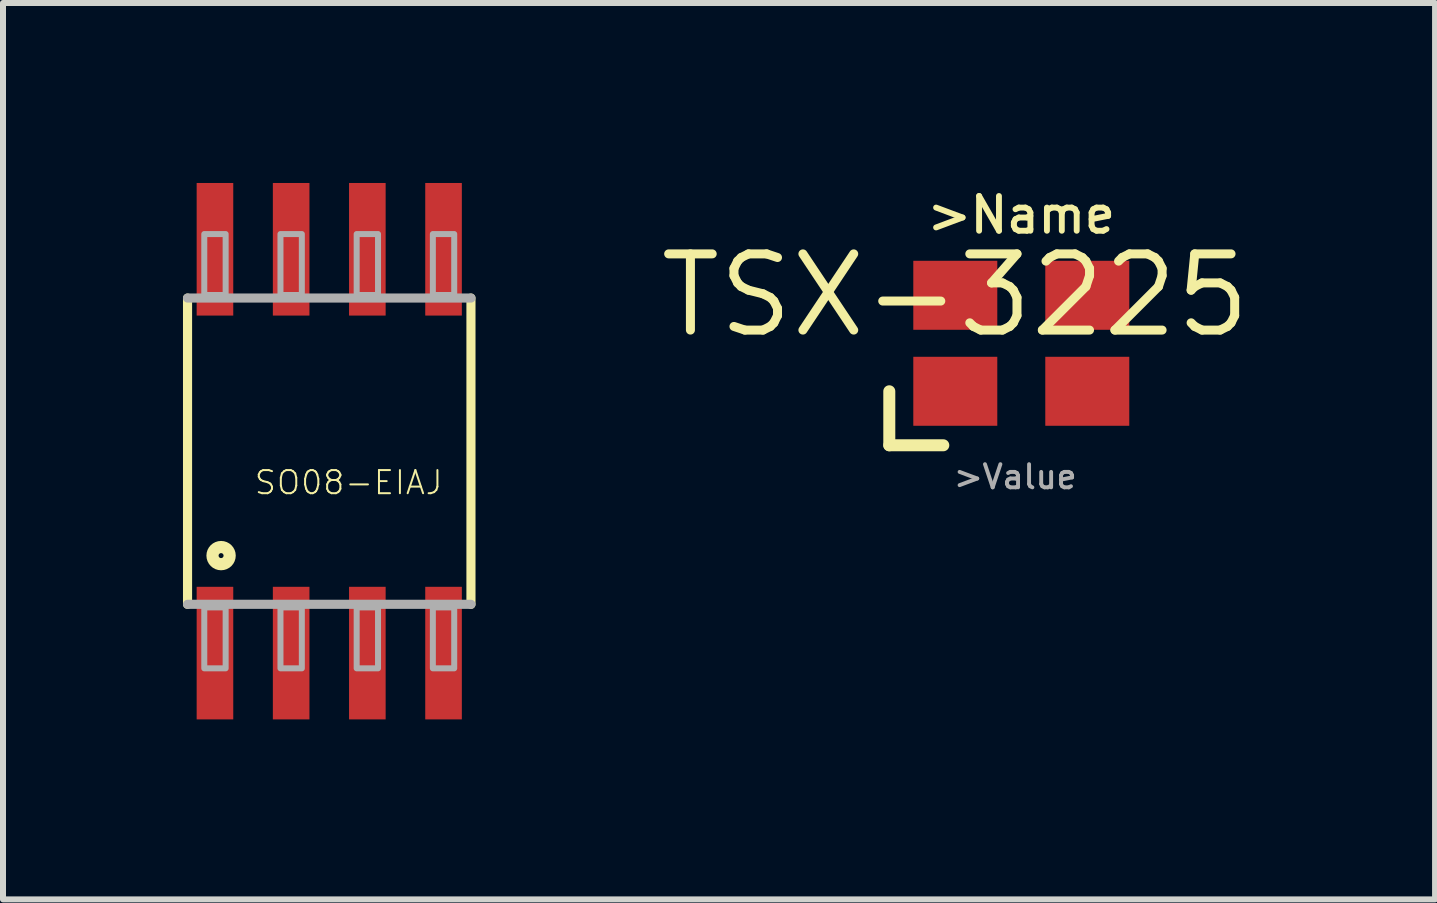
<source format=kicad_pcb>
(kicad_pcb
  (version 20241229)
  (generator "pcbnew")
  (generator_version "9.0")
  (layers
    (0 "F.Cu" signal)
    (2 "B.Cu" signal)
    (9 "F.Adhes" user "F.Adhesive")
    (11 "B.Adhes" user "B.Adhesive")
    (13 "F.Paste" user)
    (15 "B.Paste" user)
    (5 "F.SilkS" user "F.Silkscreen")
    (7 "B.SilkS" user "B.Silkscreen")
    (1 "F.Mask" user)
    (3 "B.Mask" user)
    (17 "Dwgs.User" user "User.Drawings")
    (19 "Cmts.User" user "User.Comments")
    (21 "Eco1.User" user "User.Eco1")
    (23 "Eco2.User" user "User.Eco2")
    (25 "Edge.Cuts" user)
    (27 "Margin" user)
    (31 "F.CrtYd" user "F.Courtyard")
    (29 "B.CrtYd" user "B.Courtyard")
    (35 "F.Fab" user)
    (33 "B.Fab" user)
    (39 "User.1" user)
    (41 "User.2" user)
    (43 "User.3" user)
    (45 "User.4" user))
  (footprint "SO08-EIAJ"
    (layer "F.Cu")
    (at 2.438 4.458)
    (property "Reference" "SO08-EIAJ" (at -1.27 0.762 0) (layer "F.SilkS") (effects (font (size 0.386 0.386) (thickness 0.033)) (justify left bottom)))
    (attr through_hole)
    (fp_line (start -2.362 -2.54) (end -2.362 2.565) (stroke (width 0.152) (type solid)) (layer "F.SilkS"))
    (fp_line (start 2.362 2.565) (end 2.362 -2.54) (stroke (width 0.152) (type solid)) (layer "F.SilkS"))
    (fp_circle (center -1.803 1.753) (end -1.66 1.753) (stroke (width 0.203) (type solid)) (fill no) (layer "F.SilkS"))
    (fp_line (start -2.362 2.565) (end 2.362 2.565) (stroke (width 0.152) (type solid)) (layer "F.Fab"))
    (fp_line (start 2.362 -2.54) (end -2.362 -2.54) (stroke (width 0.152) (type solid)) (layer "F.Fab"))
    (fp_poly (pts (xy -2.083 -2.591) (xy -1.727 -2.591) (xy -1.727 -3.607) (xy -2.083 -3.607)) (stroke (width 0.1) (type solid)) (fill no) (layer "F.Fab"))
    (fp_poly (pts (xy -2.083 3.632) (xy -1.727 3.632) (xy -1.727 2.616) (xy -2.083 2.616)) (stroke (width 0.1) (type solid)) (fill no) (layer "F.Fab"))
    (fp_poly (pts (xy -0.813 -2.591) (xy -0.457 -2.591) (xy -0.457 -3.607) (xy -0.813 -3.607)) (stroke (width 0.1) (type solid)) (fill no) (layer "F.Fab"))
    (fp_poly (pts (xy -0.813 3.632) (xy -0.457 3.632) (xy -0.457 2.616) (xy -0.813 2.616)) (stroke (width 0.1) (type solid)) (fill no) (layer "F.Fab"))
    (fp_poly (pts (xy 0.457 -2.591) (xy 0.813 -2.591) (xy 0.813 -3.607) (xy 0.457 -3.607)) (stroke (width 0.1) (type solid)) (fill no) (layer "F.Fab"))
    (fp_poly (pts (xy 0.457 3.632) (xy 0.813 3.632) (xy 0.813 2.616) (xy 0.457 2.616)) (stroke (width 0.1) (type solid)) (fill no) (layer "F.Fab"))
    (fp_poly (pts (xy 1.727 -2.591) (xy 2.083 -2.591) (xy 2.083 -3.607) (xy 1.727 -3.607)) (stroke (width 0.1) (type solid)) (fill no) (layer "F.Fab"))
    (fp_poly (pts (xy 1.727 3.632) (xy 2.083 3.632) (xy 2.083 2.616) (xy 1.727 2.616)) (stroke (width 0.1) (type solid)) (fill no) (layer "F.Fab"))
    (pad "1" smd rect (at -1.905 3.378) (size 0.61 2.21) (layers "F.Cu" "F.Mask" "F.Paste"))
    (pad "2" smd rect (at -0.635 3.378) (size 0.61 2.21) (layers "F.Cu" "F.Mask" "F.Paste"))
    (pad "3" smd rect (at 0.635 3.378) (size 0.61 2.21) (layers "F.Cu" "F.Mask" "F.Paste"))
    (pad "4" smd rect (at 1.905 3.378) (size 0.61 2.21) (layers "F.Cu" "F.Mask" "F.Paste"))
    (pad "5" smd rect (at 1.905 -3.353) (size 0.61 2.21) (layers "F.Cu" "F.Mask" "F.Paste"))
    (pad "6" smd rect (at 0.635 -3.353) (size 0.61 2.21) (layers "F.Cu" "F.Mask" "F.Paste"))
    (pad "7" smd rect (at -0.635 -3.353) (size 0.61 2.21) (layers "F.Cu" "F.Mask" "F.Paste"))
    (pad "8" smd rect (at -1.905 -3.353) (size 0.61 2.21) (layers "F.Cu" "F.Mask" "F.Paste")))
  (footprint "TSX-3225"
    (layer "F.Cu")
    (at 12.873 1.872)
    (property "Reference" "TSX-3225" (at 0 0 0) (layer "F.SilkS") (effects (font (size 1.27 1.27) (thickness 0.15))))
    (attr through_hole)
    (fp_line (start -1.1 1.6) (end -1.1 2.5) (stroke (width 0.2) (type solid)) (layer "F.SilkS"))
    (fp_line (start -1.1 2.5) (end -0.2 2.5) (stroke (width 0.2) (type solid)) (layer "F.SilkS"))
    (fp_text user ">Name" (at 1.1 -1 0) (layer "F.SilkS") (effects (font (size 0.579 0.579) (thickness 0.098)) (justify bottom)))
    (fp_text user ">Value" (at 1 2.8 0) (layer "F.Fab") (effects (font (size 0.386 0.386) (thickness 0.065)) (justify top)))
    (pad "1" smd rect (at 0 1.6) (size 1.4 1.15) (layers "F.Cu" "F.Mask" "F.Paste"))
    (pad "2" smd rect (at 2.2 1.6) (size 1.4 1.15) (layers "F.Cu" "F.Mask" "F.Paste"))
    (pad "3" smd rect (at 2.2 0) (size 1.4 1.15) (layers "F.Cu" "F.Mask" "F.Paste"))
    (pad "4" smd rect (at 0 0) (size 1.4 1.15) (layers "F.Cu" "F.Mask" "F.Paste")))
  (gr_rect
    (start -3 -3)
    (end 20.87 11.941)
    (stroke (width 0.1) (type default))
    (fill no)
    (layer "Edge.Cuts")))
</source>
